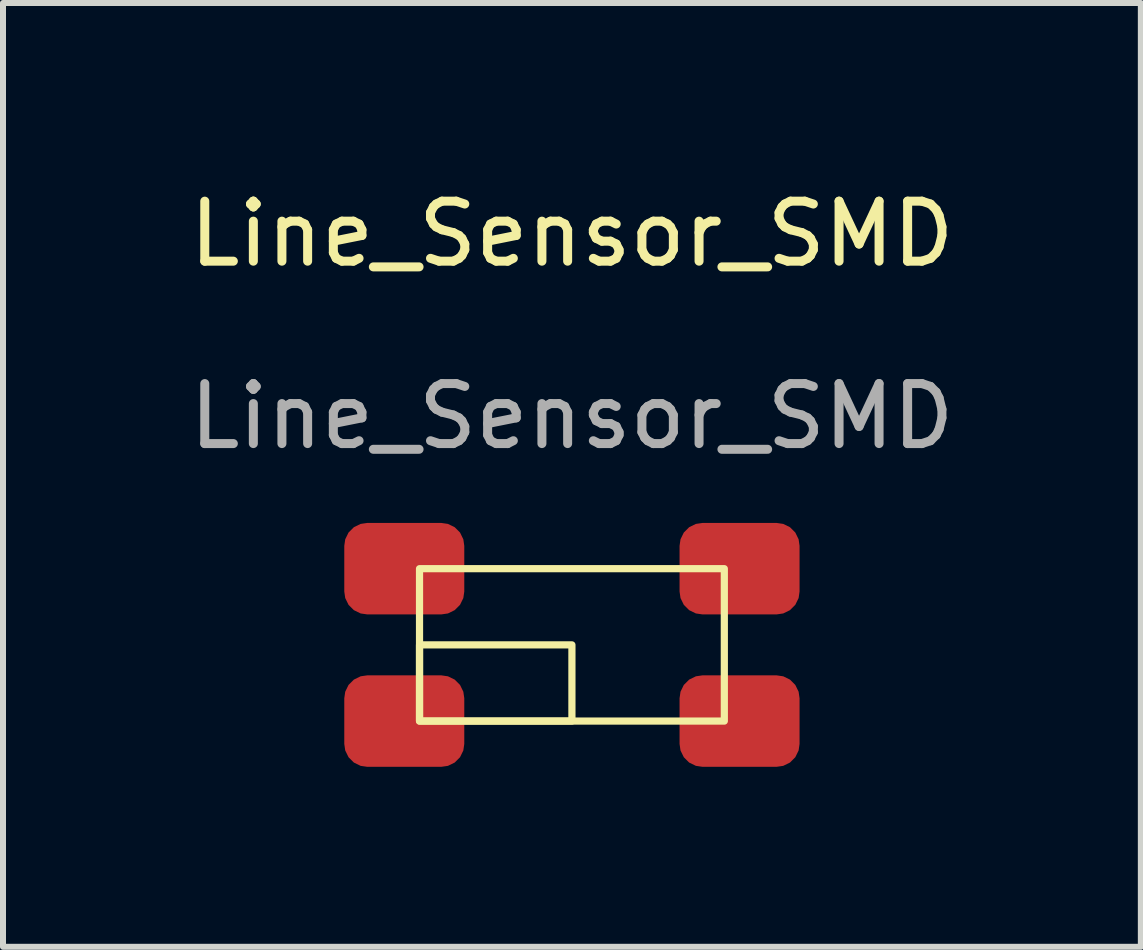
<source format=kicad_pcb>
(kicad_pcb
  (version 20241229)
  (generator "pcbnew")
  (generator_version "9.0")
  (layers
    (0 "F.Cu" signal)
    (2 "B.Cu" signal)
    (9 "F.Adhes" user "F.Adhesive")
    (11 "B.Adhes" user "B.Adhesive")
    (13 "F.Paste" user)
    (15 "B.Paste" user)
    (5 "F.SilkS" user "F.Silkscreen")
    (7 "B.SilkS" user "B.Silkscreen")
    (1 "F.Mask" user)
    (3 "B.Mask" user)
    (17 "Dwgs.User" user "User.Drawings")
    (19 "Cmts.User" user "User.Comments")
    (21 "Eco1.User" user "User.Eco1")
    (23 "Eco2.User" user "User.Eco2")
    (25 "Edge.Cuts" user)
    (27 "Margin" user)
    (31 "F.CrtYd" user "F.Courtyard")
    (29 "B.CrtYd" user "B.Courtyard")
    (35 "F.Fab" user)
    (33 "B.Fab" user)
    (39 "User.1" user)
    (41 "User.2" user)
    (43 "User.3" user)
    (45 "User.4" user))
  (footprint "Line_Sensor_SMD"
    (layer "F.Cu")
    (at 6.482 1.348)
    (property "Reference" "Line_Sensor_SMD" (at 0 -0.5 0) (unlocked yes) (layer "F.SilkS") (effects (font (size 1 1) (thickness 0.15))))
    (attr through_hole)
    (fp_rect (start -2.54 5.08) (end 2.54 7.62) (stroke (width 0.12) (type solid)) (fill no) (layer "F.SilkS"))
    (fp_rect (start -2.54 6.35) (end 0 7.62) (stroke (width 0.12) (type solid)) (fill no) (layer "F.SilkS"))
    (fp_text user "${REFERENCE}" (at 0 2.54 0) (unlocked yes) (layer "F.Fab") (effects (font (size 1 1) (thickness 0.15))))
    (pad "1" smd roundrect (at 2.794 7.62) (size 2 1.524) (layers "F.Cu" "F.Mask" "F.Paste") (roundrect_rratio 0.25))
    (pad "2" smd roundrect (at 2.794 5.08) (size 2 1.524) (layers "F.Cu" "F.Mask" "F.Paste") (roundrect_rratio 0.25))
    (pad "3" smd roundrect (at -2.794 5.08) (size 2 1.524) (layers "F.Cu" "F.Mask" "F.Paste") (roundrect_rratio 0.25))
    (pad "4" smd roundrect (at -2.794 7.62) (size 2 1.524) (layers "F.Cu" "F.Mask" "F.Paste") (roundrect_rratio 0.25)))
  (gr_rect
    (start -3 -3)
    (end 15.964 12.73)
    (stroke (width 0.1) (type default))
    (fill no)
    (layer "Edge.Cuts")))
</source>
